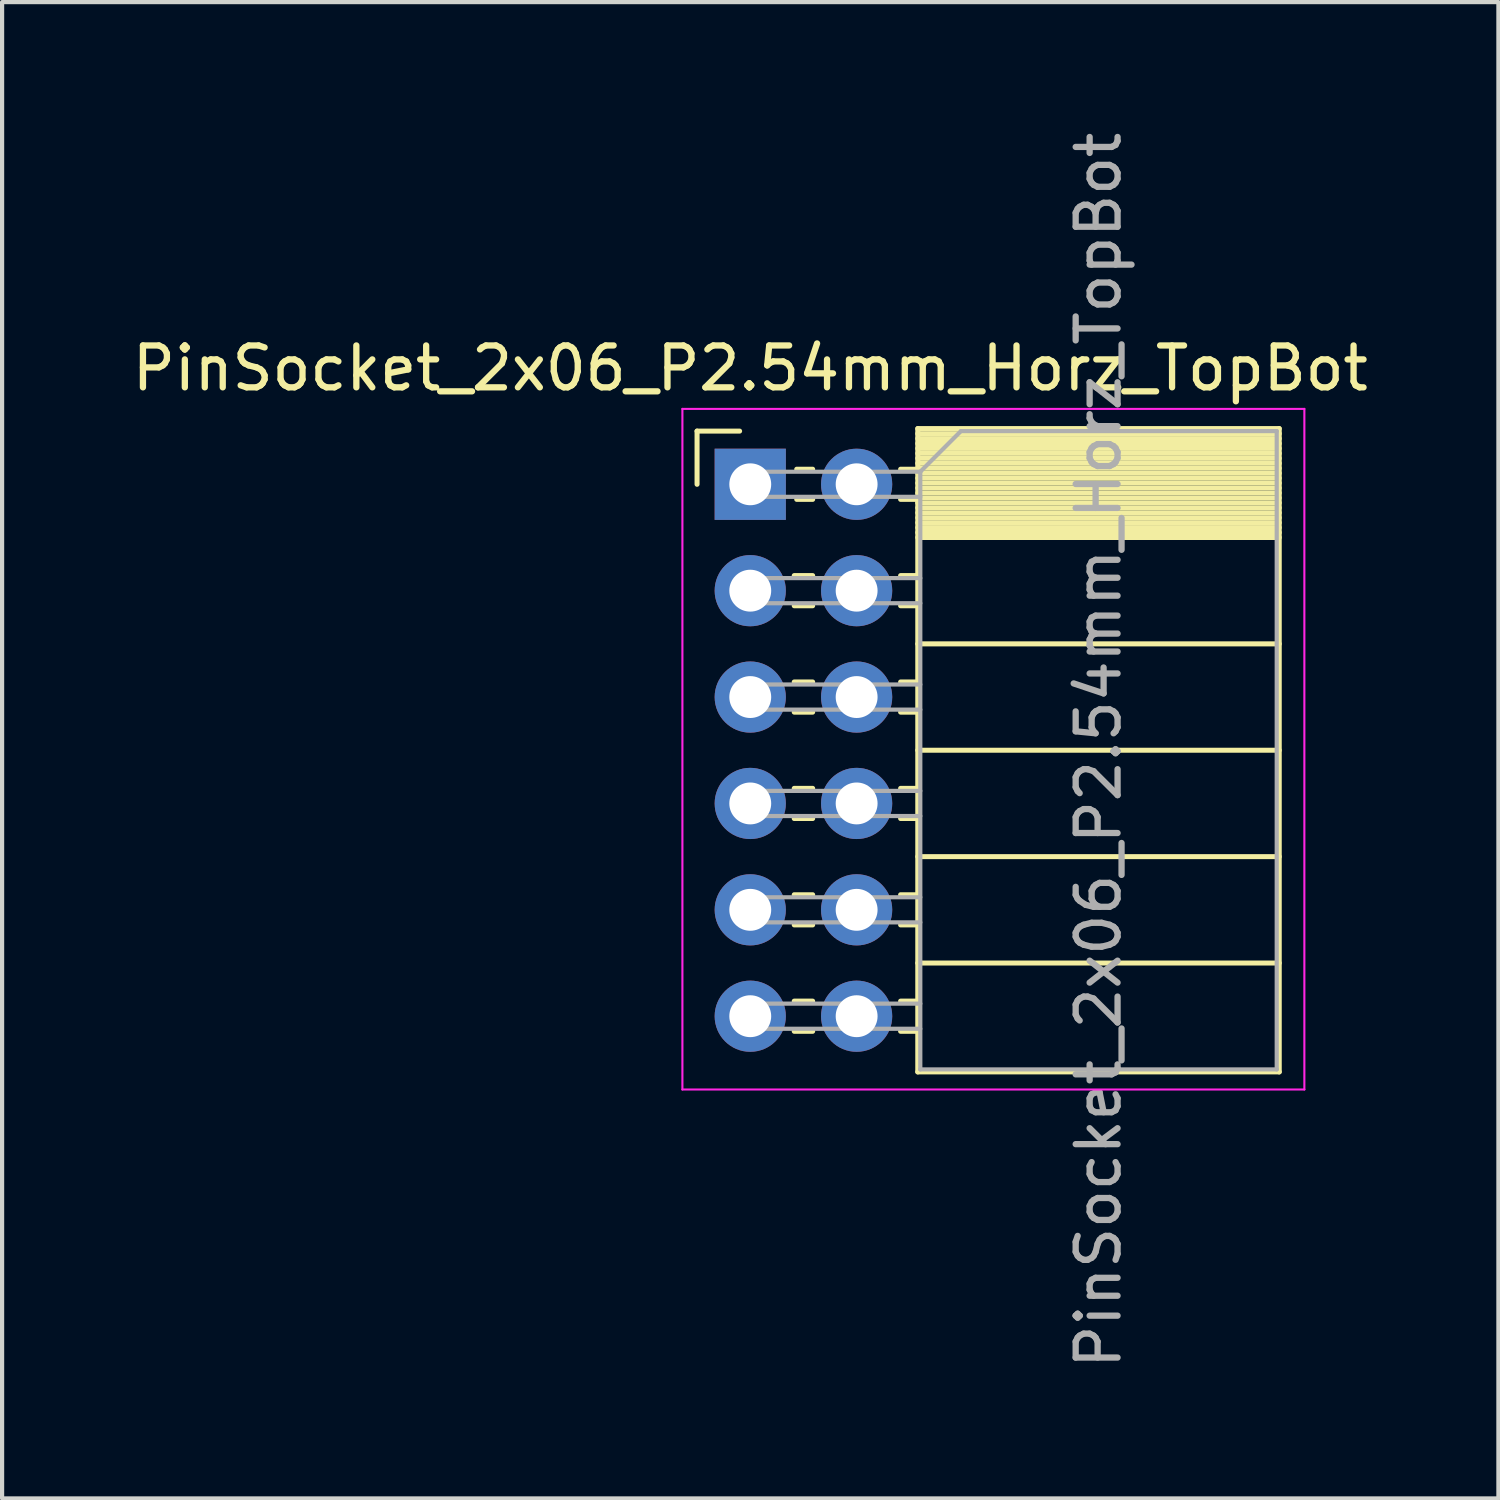
<source format=kicad_pcb>
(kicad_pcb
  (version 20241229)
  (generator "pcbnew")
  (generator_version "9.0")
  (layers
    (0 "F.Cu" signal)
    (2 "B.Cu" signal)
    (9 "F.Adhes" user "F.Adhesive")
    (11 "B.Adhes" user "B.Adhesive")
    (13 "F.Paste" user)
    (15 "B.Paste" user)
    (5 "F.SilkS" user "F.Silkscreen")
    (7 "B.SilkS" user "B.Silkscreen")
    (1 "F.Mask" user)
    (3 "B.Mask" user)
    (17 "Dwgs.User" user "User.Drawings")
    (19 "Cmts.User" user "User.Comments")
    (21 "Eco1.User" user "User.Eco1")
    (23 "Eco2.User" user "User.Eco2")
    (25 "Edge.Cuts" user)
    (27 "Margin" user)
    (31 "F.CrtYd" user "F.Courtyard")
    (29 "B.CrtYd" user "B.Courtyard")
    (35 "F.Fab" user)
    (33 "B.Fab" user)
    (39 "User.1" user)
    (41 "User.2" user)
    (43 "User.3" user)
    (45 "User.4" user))
  (footprint "PinSocket_2x06_P2.54mm_Horz_TopBot"
    (layer "F.Cu")
    (at 14.863 8.513)
    (property "Reference" "PinSocket_2x06_P2.54mm_Horz_TopBot" (at 0 -2.77 0) (layer "F.SilkS") (effects (font (size 1 1) (thickness 0.15))))
    (attr through_hole)
    (fp_line (start -1.27 -1.27) (end -1.27 0) (stroke (width 0.12) (type solid)) (layer "F.SilkS"))
    (fp_line (start -0.254 -1.27) (end -1.27 -1.27) (stroke (width 0.12) (type solid)) (layer "F.SilkS"))
    (fp_line (start 1.49 -0.36) (end 1.11 -0.36) (stroke (width 0.12) (type solid)) (layer "F.SilkS"))
    (fp_line (start 1.49 0.36) (end 1.11 0.36) (stroke (width 0.12) (type solid)) (layer "F.SilkS"))
    (fp_line (start 1.49 2.18) (end 1.05 2.18) (stroke (width 0.12) (type solid)) (layer "F.SilkS"))
    (fp_line (start 1.49 2.9) (end 1.05 2.9) (stroke (width 0.12) (type solid)) (layer "F.SilkS"))
    (fp_line (start 1.49 4.72) (end 1.05 4.72) (stroke (width 0.12) (type solid)) (layer "F.SilkS"))
    (fp_line (start 1.49 5.44) (end 1.05 5.44) (stroke (width 0.12) (type solid)) (layer "F.SilkS"))
    (fp_line (start 1.49 7.26) (end 1.05 7.26) (stroke (width 0.12) (type solid)) (layer "F.SilkS"))
    (fp_line (start 1.49 7.98) (end 1.05 7.98) (stroke (width 0.12) (type solid)) (layer "F.SilkS"))
    (fp_line (start 1.49 9.8) (end 1.05 9.8) (stroke (width 0.12) (type solid)) (layer "F.SilkS"))
    (fp_line (start 1.49 10.52) (end 1.05 10.52) (stroke (width 0.12) (type solid)) (layer "F.SilkS"))
    (fp_line (start 1.49 12.34) (end 1.05 12.34) (stroke (width 0.12) (type solid)) (layer "F.SilkS"))
    (fp_line (start 1.49 13.06) (end 1.05 13.06) (stroke (width 0.12) (type solid)) (layer "F.SilkS"))
    (fp_line (start 4 -1.33) (end 4 14.03) (stroke (width 0.12) (type solid)) (layer "F.SilkS"))
    (fp_line (start 4 -0.36) (end 3.59 -0.36) (stroke (width 0.12) (type solid)) (layer "F.SilkS"))
    (fp_line (start 4 0.36) (end 3.59 0.36) (stroke (width 0.12) (type solid)) (layer "F.SilkS"))
    (fp_line (start 4 2.18) (end 3.59 2.18) (stroke (width 0.12) (type solid)) (layer "F.SilkS"))
    (fp_line (start 4 2.9) (end 3.59 2.9) (stroke (width 0.12) (type solid)) (layer "F.SilkS"))
    (fp_line (start 4 4.72) (end 3.59 4.72) (stroke (width 0.12) (type solid)) (layer "F.SilkS"))
    (fp_line (start 4 5.44) (end 3.59 5.44) (stroke (width 0.12) (type solid)) (layer "F.SilkS"))
    (fp_line (start 4 7.26) (end 3.59 7.26) (stroke (width 0.12) (type solid)) (layer "F.SilkS"))
    (fp_line (start 4 7.98) (end 3.59 7.98) (stroke (width 0.12) (type solid)) (layer "F.SilkS"))
    (fp_line (start 4 9.8) (end 3.59 9.8) (stroke (width 0.12) (type solid)) (layer "F.SilkS"))
    (fp_line (start 4 10.52) (end 3.59 10.52) (stroke (width 0.12) (type solid)) (layer "F.SilkS"))
    (fp_line (start 4 12.34) (end 3.59 12.34) (stroke (width 0.12) (type solid)) (layer "F.SilkS"))
    (fp_line (start 4 13.06) (end 3.59 13.06) (stroke (width 0.12) (type solid)) (layer "F.SilkS"))
    (fp_line (start 12.63 -1.33) (end 4 -1.33) (stroke (width 0.12) (type solid)) (layer "F.SilkS"))
    (fp_line (start 12.63 -1.33) (end 12.63 14.03) (stroke (width 0.12) (type solid)) (layer "F.SilkS"))
    (fp_line (start 12.63 -1.21) (end 4 -1.21) (stroke (width 0.12) (type solid)) (layer "F.SilkS"))
    (fp_line (start 12.63 -1.092) (end 4 -1.092) (stroke (width 0.12) (type solid)) (layer "F.SilkS"))
    (fp_line (start 12.63 -0.974) (end 4 -0.974) (stroke (width 0.12) (type solid)) (layer "F.SilkS"))
    (fp_line (start 12.63 -0.856) (end 4 -0.856) (stroke (width 0.12) (type solid)) (layer "F.SilkS"))
    (fp_line (start 12.63 -0.738) (end 4 -0.738) (stroke (width 0.12) (type solid)) (layer "F.SilkS"))
    (fp_line (start 12.63 -0.62) (end 4 -0.62) (stroke (width 0.12) (type solid)) (layer "F.SilkS"))
    (fp_line (start 12.63 -0.501) (end 4 -0.501) (stroke (width 0.12) (type solid)) (layer "F.SilkS"))
    (fp_line (start 12.63 -0.383) (end 4 -0.383) (stroke (width 0.12) (type solid)) (layer "F.SilkS"))
    (fp_line (start 12.63 -0.265) (end 4 -0.265) (stroke (width 0.12) (type solid)) (layer "F.SilkS"))
    (fp_line (start 12.63 -0.147) (end 4 -0.147) (stroke (width 0.12) (type solid)) (layer "F.SilkS"))
    (fp_line (start 12.63 -0.029) (end 4 -0.029) (stroke (width 0.12) (type solid)) (layer "F.SilkS"))
    (fp_line (start 12.63 0.089) (end 4 0.089) (stroke (width 0.12) (type solid)) (layer "F.SilkS"))
    (fp_line (start 12.63 0.207) (end 4 0.207) (stroke (width 0.12) (type solid)) (layer "F.SilkS"))
    (fp_line (start 12.63 0.325) (end 4 0.325) (stroke (width 0.12) (type solid)) (layer "F.SilkS"))
    (fp_line (start 12.63 0.443) (end 4 0.443) (stroke (width 0.12) (type solid)) (layer "F.SilkS"))
    (fp_line (start 12.63 0.561) (end 4 0.561) (stroke (width 0.12) (type solid)) (layer "F.SilkS"))
    (fp_line (start 12.63 0.68) (end 4 0.68) (stroke (width 0.12) (type solid)) (layer "F.SilkS"))
    (fp_line (start 12.63 0.798) (end 4 0.798) (stroke (width 0.12) (type solid)) (layer "F.SilkS"))
    (fp_line (start 12.63 0.916) (end 4 0.916) (stroke (width 0.12) (type solid)) (layer "F.SilkS"))
    (fp_line (start 12.63 1.034) (end 4 1.034) (stroke (width 0.12) (type solid)) (layer "F.SilkS"))
    (fp_line (start 12.63 1.152) (end 4 1.152) (stroke (width 0.12) (type solid)) (layer "F.SilkS"))
    (fp_line (start 12.63 1.27) (end 4 1.27) (stroke (width 0.12) (type solid)) (layer "F.SilkS"))
    (fp_line (start 12.63 3.81) (end 4 3.81) (stroke (width 0.12) (type solid)) (layer "F.SilkS"))
    (fp_line (start 12.63 6.35) (end 4 6.35) (stroke (width 0.12) (type solid)) (layer "F.SilkS"))
    (fp_line (start 12.63 8.89) (end 4 8.89) (stroke (width 0.12) (type solid)) (layer "F.SilkS"))
    (fp_line (start 12.63 11.43) (end 4 11.43) (stroke (width 0.12) (type solid)) (layer "F.SilkS"))
    (fp_line (start 12.63 14.03) (end 4 14.03) (stroke (width 0.12) (type solid)) (layer "F.SilkS"))
    (fp_line (start -1.62 -1.8) (end -1.62 14.45) (stroke (width 0.05) (type solid)) (layer "F.CrtYd"))
    (fp_line (start -1.62 14.45) (end 13.23 14.45) (stroke (width 0.05) (type solid)) (layer "F.CrtYd"))
    (fp_line (start 13.23 -1.8) (end -1.62 -1.8) (stroke (width 0.05) (type solid)) (layer "F.CrtYd"))
    (fp_line (start 13.23 14.45) (end 13.23 -1.8) (stroke (width 0.05) (type solid)) (layer "F.CrtYd"))
    (fp_line (start 0 -0.3) (end 4.06 -0.3) (stroke (width 0.1) (type solid)) (layer "F.Fab"))
    (fp_line (start 0 0.3) (end 0 -0.3) (stroke (width 0.1) (type solid)) (layer "F.Fab"))
    (fp_line (start 0 2.24) (end 4.06 2.24) (stroke (width 0.1) (type solid)) (layer "F.Fab"))
    (fp_line (start 0 2.84) (end 0 2.24) (stroke (width 0.1) (type solid)) (layer "F.Fab"))
    (fp_line (start 0 4.78) (end 4.06 4.78) (stroke (width 0.1) (type solid)) (layer "F.Fab"))
    (fp_line (start 0 5.38) (end 0 4.78) (stroke (width 0.1) (type solid)) (layer "F.Fab"))
    (fp_line (start 0 7.32) (end 4.06 7.32) (stroke (width 0.1) (type solid)) (layer "F.Fab"))
    (fp_line (start 0 7.92) (end 0 7.32) (stroke (width 0.1) (type solid)) (layer "F.Fab"))
    (fp_line (start 0 9.86) (end 4.06 9.86) (stroke (width 0.1) (type solid)) (layer "F.Fab"))
    (fp_line (start 0 10.46) (end 0 9.86) (stroke (width 0.1) (type solid)) (layer "F.Fab"))
    (fp_line (start 0 12.4) (end 4.06 12.4) (stroke (width 0.1) (type solid)) (layer "F.Fab"))
    (fp_line (start 0 13) (end 0 12.4) (stroke (width 0.1) (type solid)) (layer "F.Fab"))
    (fp_line (start 4.06 -0.3) (end 4.06 13.97) (stroke (width 0.1) (type solid)) (layer "F.Fab"))
    (fp_line (start 4.06 0.3) (end 0 0.3) (stroke (width 0.1) (type solid)) (layer "F.Fab"))
    (fp_line (start 4.06 2.84) (end 0 2.84) (stroke (width 0.1) (type solid)) (layer "F.Fab"))
    (fp_line (start 4.06 5.38) (end 0 5.38) (stroke (width 0.1) (type solid)) (layer "F.Fab"))
    (fp_line (start 4.06 7.92) (end 0 7.92) (stroke (width 0.1) (type solid)) (layer "F.Fab"))
    (fp_line (start 4.06 10.46) (end 0 10.46) (stroke (width 0.1) (type solid)) (layer "F.Fab"))
    (fp_line (start 4.06 13) (end 0 13) (stroke (width 0.1) (type solid)) (layer "F.Fab"))
    (fp_line (start 4.06 13.97) (end 12.57 13.97) (stroke (width 0.1) (type solid)) (layer "F.Fab"))
    (fp_line (start 5.03 -1.27) (end 4.06 -0.3) (stroke (width 0.1) (type solid)) (layer "F.Fab"))
    (fp_line (start 12.57 -1.27) (end 5.03 -1.27) (stroke (width 0.1) (type solid)) (layer "F.Fab"))
    (fp_line (start 12.57 13.97) (end 12.57 -1.27) (stroke (width 0.1) (type solid)) (layer "F.Fab"))
    (fp_text user "${REFERENCE}" (at 8.315 6.35 90) (layer "F.Fab") (effects (font (size 1 1) (thickness 0.15))))
    (pad "1" thru_hole rect (at 0 0) (size 1.7 1.7) (drill 1) (layers "*.Cu" "*.Mask"))
    (pad "2" thru_hole oval (at 0 2.54) (size 1.7 1.7) (drill 1) (layers "*.Cu" "*.Mask"))
    (pad "3" thru_hole oval (at 0 5.08) (size 1.7 1.7) (drill 1) (layers "*.Cu" "*.Mask"))
    (pad "4" thru_hole oval (at 0 7.62) (size 1.7 1.7) (drill 1) (layers "*.Cu" "*.Mask"))
    (pad "5" thru_hole oval (at 0 10.16) (size 1.7 1.7) (drill 1) (layers "*.Cu" "*.Mask"))
    (pad "6" thru_hole oval (at 0 12.7) (size 1.7 1.7) (drill 1) (layers "*.Cu" "*.Mask"))
    (pad "7" thru_hole oval (at 2.54 0) (size 1.7 1.7) (drill 1) (layers "*.Cu" "*.Mask"))
    (pad "8" thru_hole oval (at 2.54 2.54) (size 1.7 1.7) (drill 1) (layers "*.Cu" "*.Mask"))
    (pad "9" thru_hole oval (at 2.54 5.08) (size 1.7 1.7) (drill 1) (layers "*.Cu" "*.Mask"))
    (pad "10" thru_hole oval (at 2.54 7.62) (size 1.7 1.7) (drill 1) (layers "*.Cu" "*.Mask"))
    (pad "11" thru_hole oval (at 2.54 10.16) (size 1.7 1.7) (drill 1) (layers "*.Cu" "*.Mask"))
    (pad "12" thru_hole oval (at 2.54 12.7) (size 1.7 1.7) (drill 1) (layers "*.Cu" "*.Mask")))
  (gr_rect
    (start -3 -3)
    (end 32.726 32.726)
    (stroke (width 0.1) (type default))
    (fill no)
    (layer "Edge.Cuts")))
</source>
